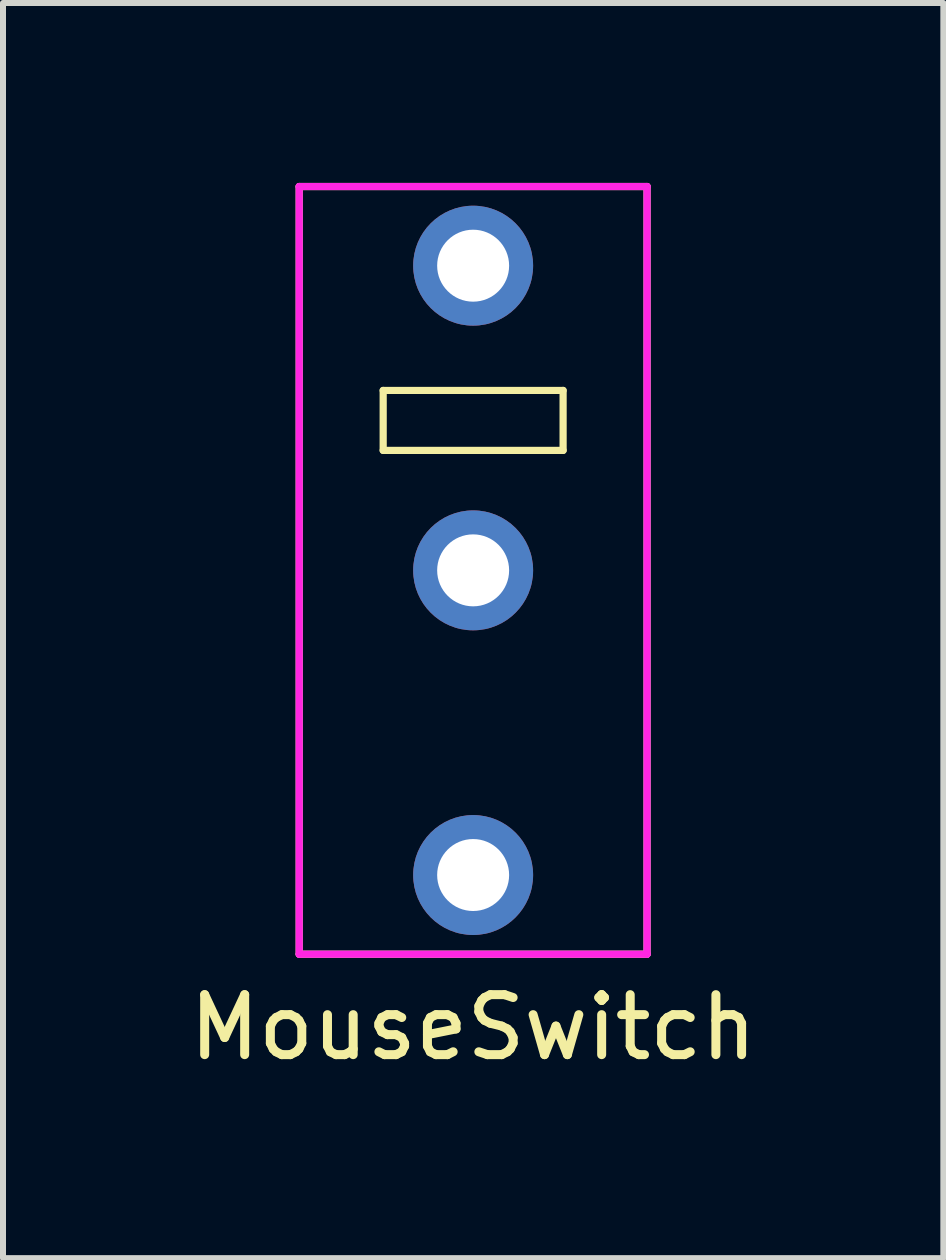
<source format=kicad_pcb>
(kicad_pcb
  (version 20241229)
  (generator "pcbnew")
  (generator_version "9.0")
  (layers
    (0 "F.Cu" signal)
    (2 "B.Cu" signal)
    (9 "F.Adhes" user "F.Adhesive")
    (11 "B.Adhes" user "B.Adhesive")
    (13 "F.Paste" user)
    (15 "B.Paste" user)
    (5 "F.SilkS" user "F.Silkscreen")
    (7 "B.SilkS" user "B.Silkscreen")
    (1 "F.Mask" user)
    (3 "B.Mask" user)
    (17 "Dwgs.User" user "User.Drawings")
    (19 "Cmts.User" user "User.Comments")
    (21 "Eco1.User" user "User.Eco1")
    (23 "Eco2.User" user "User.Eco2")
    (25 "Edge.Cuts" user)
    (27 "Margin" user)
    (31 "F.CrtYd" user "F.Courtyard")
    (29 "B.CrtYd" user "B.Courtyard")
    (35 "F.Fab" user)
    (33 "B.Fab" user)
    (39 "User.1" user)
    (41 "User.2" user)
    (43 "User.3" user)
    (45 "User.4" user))
  (footprint "MouseSwitch"
    (layer "F.Cu")
    (at 4.839 6.46)
    (property "Reference" "MouseSwitch" (at 0 7.62 0) (layer "F.SilkS") (effects (font (size 1 1) (thickness 0.15))))
    (attr through_hole)
    (fp_line (start -2.9 -6.4) (end -2.9 6.4) (stroke (width 0.12) (type solid)) (layer "F.SilkS"))
    (fp_line (start -2.9 -6.4) (end 2.9 -6.4) (stroke (width 0.12) (type solid)) (layer "F.SilkS"))
    (fp_line (start -2.9 6.4) (end 2.9 6.4) (stroke (width 0.12) (type solid)) (layer "F.SilkS"))
    (fp_line (start -1.5 -3) (end 1.5 -3) (stroke (width 0.12) (type solid)) (layer "F.SilkS"))
    (fp_line (start -1.5 -2) (end -1.5 -3) (stroke (width 0.12) (type solid)) (layer "F.SilkS"))
    (fp_line (start 1.5 -3) (end 1.5 -2) (stroke (width 0.12) (type solid)) (layer "F.SilkS"))
    (fp_line (start 1.5 -2) (end -1.5 -2) (stroke (width 0.12) (type solid)) (layer "F.SilkS"))
    (fp_line (start 2.9 -6.4) (end 2.9 6.4) (stroke (width 0.12) (type solid)) (layer "F.SilkS"))
    (fp_line (start -2.9 -6.4) (end -2.9 6.4) (stroke (width 0.12) (type solid)) (layer "F.CrtYd"))
    (fp_line (start -2.9 -6.4) (end 2.9 -6.4) (stroke (width 0.12) (type solid)) (layer "F.CrtYd"))
    (fp_line (start -2.9 6.4) (end 2.9 6.4) (stroke (width 0.12) (type solid)) (layer "F.CrtYd"))
    (fp_line (start 2.9 -6.4) (end 2.9 6.4) (stroke (width 0.12) (type solid)) (layer "F.CrtYd"))
    (pad "1" thru_hole circle (at 0 5.08) (size 2 2) (drill 1.2) (layers "*.Cu" "*.Mask"))
    (pad "2" thru_hole circle (at 0 -5.08) (size 2 2) (drill 1.2) (layers "*.Cu" "*.Mask"))
    (pad "3" thru_hole circle (at 0 0) (size 2 2) (drill 1.2) (layers "*.Cu" "*.Mask")))
  (gr_rect
    (start -3 -3)
    (end 12.679 17.928)
    (stroke (width 0.1) (type default))
    (fill no)
    (layer "Edge.Cuts")))
</source>
